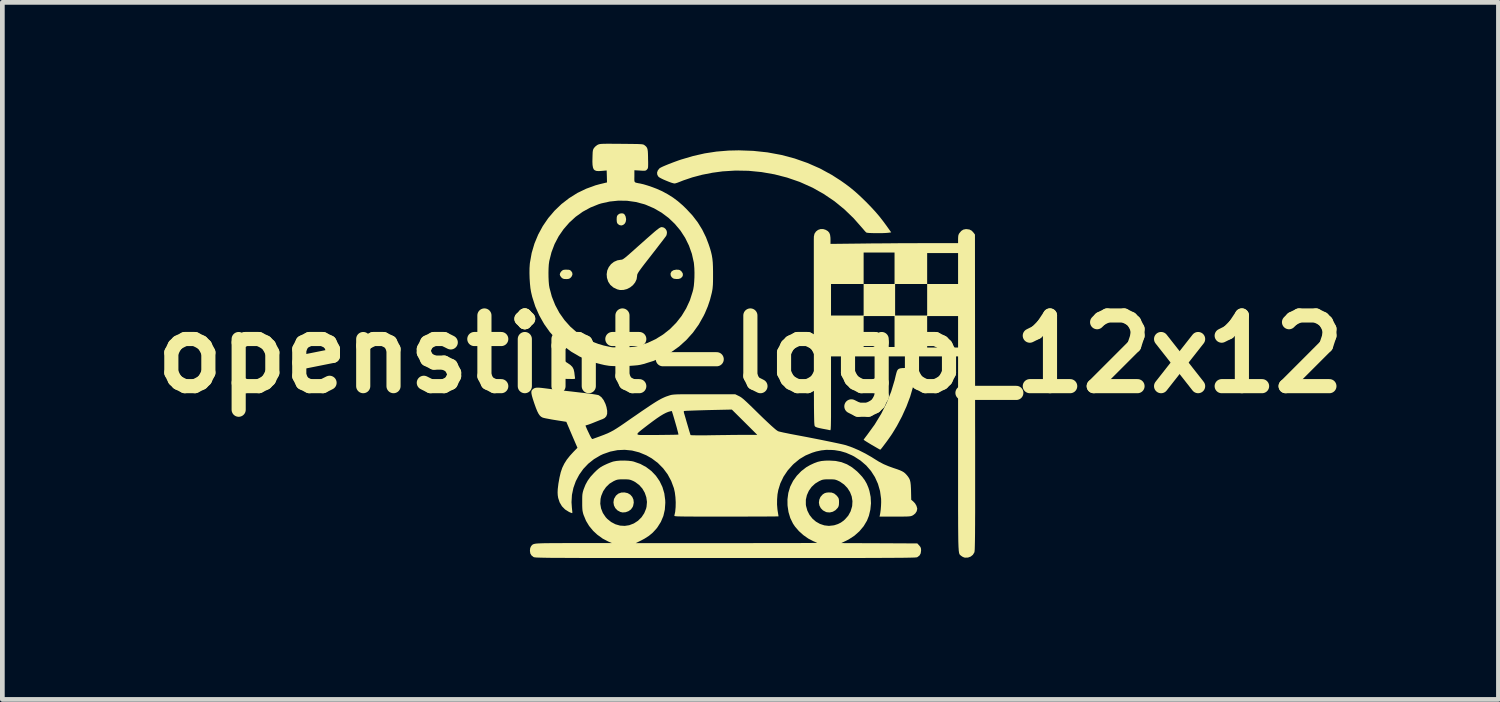
<source format=kicad_pcb>
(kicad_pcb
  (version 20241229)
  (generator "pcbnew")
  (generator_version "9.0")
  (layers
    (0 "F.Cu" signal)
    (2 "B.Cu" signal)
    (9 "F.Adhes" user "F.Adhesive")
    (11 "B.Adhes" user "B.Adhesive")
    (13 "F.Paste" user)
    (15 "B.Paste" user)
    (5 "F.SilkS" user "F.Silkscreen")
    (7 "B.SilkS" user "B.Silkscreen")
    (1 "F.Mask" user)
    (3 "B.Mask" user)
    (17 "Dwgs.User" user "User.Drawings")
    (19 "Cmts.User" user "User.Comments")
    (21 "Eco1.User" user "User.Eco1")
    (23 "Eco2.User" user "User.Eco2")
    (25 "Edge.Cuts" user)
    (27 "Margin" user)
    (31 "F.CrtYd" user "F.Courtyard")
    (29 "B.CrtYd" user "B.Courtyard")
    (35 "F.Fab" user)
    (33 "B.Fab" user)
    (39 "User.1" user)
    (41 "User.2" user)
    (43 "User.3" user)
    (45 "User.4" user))
  (footprint "openstint-logo_12x12"
    (layer "F.Cu")
    (at 12.871 4.465)
    (property "Reference" "openstint-logo_12x12" (at 0 0 0) (layer "F.SilkS") (effects (font (size 1.5 1.5) (thickness 0.3))))
    (attr board_only exclude_from_pos_files exclude_from_bom)
    (fp_poly (pts (xy -2.691 -2.982) (xy -2.667 -2.961) (xy -2.648 -2.924) (xy -2.638 -2.876) (xy -2.637 -2.854) (xy -2.646 -2.804) (xy -2.669 -2.766) (xy -2.702 -2.741) (xy -2.74 -2.731) (xy -2.78 -2.74) (xy -2.808 -2.76) (xy -2.825 -2.78) (xy -2.833 -2.805) (xy -2.836 -2.841) (xy -2.837 -2.86) (xy -2.835 -2.903) (xy -2.829 -2.931) (xy -2.815 -2.952) (xy -2.808 -2.96) (xy -2.769 -2.984) (xy -2.722 -2.989)) (stroke (width 0) (type solid)) (fill yes) (layer "F.SilkS"))
    (fp_poly (pts (xy -1.522 -1.791) (xy -1.495 -1.783) (xy -1.471 -1.766) (xy -1.464 -1.759) (xy -1.436 -1.718) (xy -1.431 -1.677) (xy -1.447 -1.639) (xy -1.484 -1.608) (xy -1.485 -1.608) (xy -1.521 -1.597) (xy -1.568 -1.595) (xy -1.614 -1.6) (xy -1.641 -1.609) (xy -1.673 -1.637) (xy -1.692 -1.675) (xy -1.693 -1.716) (xy -1.693 -1.717) (xy -1.672 -1.756) (xy -1.632 -1.782) (xy -1.576 -1.793) (xy -1.562 -1.793)) (stroke (width 0) (type solid)) (fill yes) (layer "F.SilkS"))
    (fp_poly (pts (xy -2.696 -0.653) (xy -2.664 -0.63) (xy -2.649 -0.612) (xy -2.641 -0.589) (xy -2.638 -0.553) (xy -2.637 -0.531) (xy -2.639 -0.487) (xy -2.644 -0.459) (xy -2.656 -0.438) (xy -2.666 -0.427) (xy -2.705 -0.403) (xy -2.746 -0.4) (xy -2.788 -0.42) (xy -2.802 -0.433) (xy -2.826 -0.462) (xy -2.835 -0.493) (xy -2.837 -0.52) (xy -2.832 -0.578) (xy -2.815 -0.618) (xy -2.786 -0.646) (xy -2.778 -0.651) (xy -2.736 -0.663)) (stroke (width 0) (type solid)) (fill yes) (layer "F.SilkS"))
    (fp_poly (pts (xy -2.603 2.948) (xy -2.547 2.981) (xy -2.506 3.028) (xy -2.481 3.085) (xy -2.474 3.149) (xy -2.487 3.216) (xy -2.498 3.243) (xy -2.534 3.294) (xy -2.586 3.331) (xy -2.647 3.353) (xy -2.71 3.358) (xy -2.759 3.347) (xy -2.82 3.314) (xy -2.866 3.266) (xy -2.895 3.208) (xy -2.905 3.143) (xy -2.895 3.077) (xy -2.889 3.062) (xy -2.852 3.001) (xy -2.802 2.959) (xy -2.74 2.936) (xy -2.671 2.933)) (stroke (width 0) (type solid)) (fill yes) (layer "F.SilkS"))
    (fp_poly (pts (xy -3.86 -1.792) (xy -3.832 -1.786) (xy -3.811 -1.772) (xy -3.803 -1.765) (xy -3.778 -1.726) (xy -3.776 -1.684) (xy -3.796 -1.643) (xy -3.809 -1.628) (xy -3.832 -1.608) (xy -3.857 -1.598) (xy -3.891 -1.594) (xy -3.909 -1.594) (xy -3.95 -1.596) (xy -3.977 -1.603) (xy -4 -1.619) (xy -4.01 -1.628) (xy -4.035 -1.662) (xy -4.044 -1.694) (xy -4.034 -1.726) (xy -4.01 -1.759) (xy -3.987 -1.779) (xy -3.965 -1.789) (xy -3.933 -1.793) (xy -3.904 -1.793)) (stroke (width 0) (type solid)) (fill yes) (layer "F.SilkS"))
    (fp_poly (pts (xy 1.723 2.936) (xy 1.778 2.956) (xy 1.826 2.995) (xy 1.846 3.018) (xy 1.865 3.044) (xy 1.876 3.07) (xy 1.88 3.102) (xy 1.881 3.14) (xy 1.879 3.189) (xy 1.873 3.223) (xy 1.859 3.252) (xy 1.852 3.262) (xy 1.806 3.31) (xy 1.749 3.343) (xy 1.685 3.358) (xy 1.621 3.353) (xy 1.602 3.347) (xy 1.54 3.314) (xy 1.494 3.267) (xy 1.465 3.211) (xy 1.454 3.15) (xy 1.462 3.088) (xy 1.487 3.029) (xy 1.533 2.977) (xy 1.543 2.97) (xy 1.576 2.949) (xy 1.613 2.938) (xy 1.657 2.933)) (stroke (width 0) (type solid)) (fill yes) (layer "F.SilkS"))
    (fp_poly (pts (xy -4.074 0.05) (xy -4.02 0.091) (xy -3.96 0.133) (xy -3.906 0.17) (xy -3.876 0.189) (xy -3.816 0.231) (xy -3.775 0.273) (xy -3.75 0.321) (xy -3.736 0.381) (xy -3.733 0.406) (xy -3.728 0.449) (xy -3.723 0.485) (xy -3.721 0.501) (xy -3.719 0.512) (xy -3.722 0.52) (xy -3.734 0.524) (xy -3.758 0.526) (xy -3.799 0.526) (xy -3.853 0.525) (xy -3.916 0.524) (xy -3.979 0.522) (xy -4.034 0.52) (xy -4.063 0.519) (xy -4.135 0.515) (xy -4.148 0.419) (xy -4.156 0.353) (xy -4.164 0.28) (xy -4.172 0.204) (xy -4.178 0.132) (xy -4.182 0.07) (xy -4.184 0.024) (xy -4.184 0.015) (xy -4.184 -0.035)) (stroke (width 0) (type solid)) (fill yes) (layer "F.SilkS"))
    (fp_poly (pts (xy 3.409 0.294) (xy 3.462 0.295) (xy 3.502 0.298) (xy 3.524 0.301) (xy 3.528 0.303) (xy 3.526 0.324) (xy 3.519 0.363) (xy 3.51 0.416) (xy 3.498 0.476) (xy 3.485 0.539) (xy 3.473 0.601) (xy 3.46 0.656) (xy 3.451 0.694) (xy 3.391 0.899) (xy 3.312 1.109) (xy 3.217 1.319) (xy 3.109 1.523) (xy 3.016 1.676) (xy 2.987 1.72) (xy 2.952 1.77) (xy 2.914 1.824) (xy 2.875 1.877) (xy 2.837 1.927) (xy 2.804 1.971) (xy 2.778 2.004) (xy 2.76 2.023) (xy 2.755 2.027) (xy 2.744 2.021) (xy 2.715 2.005) (xy 2.673 1.981) (xy 2.622 1.951) (xy 2.576 1.925) (xy 2.52 1.891) (xy 2.471 1.861) (xy 2.433 1.837) (xy 2.41 1.821) (xy 2.403 1.816) (xy 2.41 1.804) (xy 2.428 1.779) (xy 2.455 1.743) (xy 2.48 1.71) (xy 2.638 1.492) (xy 2.776 1.265) (xy 2.893 1.031) (xy 2.988 0.792) (xy 3.061 0.55) (xy 3.076 0.486) (xy 3.092 0.42) (xy 3.106 0.371) (xy 3.122 0.336) (xy 3.144 0.314) (xy 3.176 0.301) (xy 3.221 0.295) (xy 3.283 0.293) (xy 3.347 0.293)) (stroke (width 0) (type solid)) (fill yes) (layer "F.SilkS"))
    (fp_poly (pts (xy -1.833 -2.685) (xy -1.799 -2.657) (xy -1.776 -2.618) (xy -1.77 -2.583) (xy -1.774 -2.546) (xy -1.784 -2.516) (xy -1.785 -2.513) (xy -1.795 -2.499) (xy -1.818 -2.468) (xy -1.852 -2.423) (xy -1.896 -2.366) (xy -1.948 -2.299) (xy -2.006 -2.223) (xy -2.07 -2.141) (xy -2.101 -2.101) (xy -2.175 -2.006) (xy -2.236 -1.928) (xy -2.285 -1.864) (xy -2.323 -1.813) (xy -2.352 -1.773) (xy -2.373 -1.742) (xy -2.387 -1.718) (xy -2.396 -1.7) (xy -2.401 -1.685) (xy -2.403 -1.672) (xy -2.403 -1.663) (xy -2.414 -1.59) (xy -2.445 -1.523) (xy -2.492 -1.464) (xy -2.551 -1.417) (xy -2.619 -1.382) (xy -2.693 -1.363) (xy -2.768 -1.362) (xy -2.826 -1.376) (xy -2.908 -1.416) (xy -2.972 -1.471) (xy -3.017 -1.539) (xy -3.043 -1.621) (xy -3.049 -1.696) (xy -3.037 -1.775) (xy -3.005 -1.847) (xy -2.957 -1.91) (xy -2.895 -1.959) (xy -2.823 -1.991) (xy -2.745 -2.004) (xy -2.738 -2.004) (xy -2.723 -2.007) (xy -2.705 -2.015) (xy -2.681 -2.031) (xy -2.648 -2.056) (xy -2.604 -2.093) (xy -2.548 -2.142) (xy -2.497 -2.187) (xy -2.383 -2.289) (xy -2.285 -2.376) (xy -2.202 -2.45) (xy -2.132 -2.511) (xy -2.075 -2.561) (xy -2.028 -2.602) (xy -1.99 -2.633) (xy -1.96 -2.656) (xy -1.937 -2.673) (xy -1.919 -2.684) (xy -1.904 -2.691) (xy -1.892 -2.695) (xy -1.882 -2.696) (xy -1.874 -2.696)) (stroke (width 0) (type solid)) (fill yes) (layer "F.SilkS"))
    (fp_poly (pts (xy 0.062 -4.314) (xy 0.363 -4.282) (xy 0.655 -4.228) (xy 0.938 -4.153) (xy 1.212 -4.057) (xy 1.476 -3.941) (xy 1.729 -3.803) (xy 1.916 -3.683) (xy 2.025 -3.606) (xy 2.124 -3.531) (xy 2.218 -3.453) (xy 2.314 -3.367) (xy 2.416 -3.269) (xy 2.456 -3.23) (xy 2.561 -3.122) (xy 2.653 -3.022) (xy 2.736 -2.925) (xy 2.815 -2.824) (xy 2.897 -2.713) (xy 2.905 -2.701) (xy 2.988 -2.585) (xy 2.933 -2.577) (xy 2.891 -2.573) (xy 2.836 -2.57) (xy 2.772 -2.568) (xy 2.705 -2.568) (xy 2.637 -2.568) (xy 2.575 -2.57) (xy 2.521 -2.572) (xy 2.482 -2.576) (xy 2.46 -2.581) (xy 2.459 -2.582) (xy 2.443 -2.597) (xy 2.417 -2.626) (xy 2.387 -2.662) (xy 2.377 -2.673) (xy 2.192 -2.883) (xy 1.993 -3.075) (xy 1.782 -3.247) (xy 1.557 -3.399) (xy 1.321 -3.532) (xy 1.072 -3.644) (xy 1.041 -3.657) (xy 0.78 -3.747) (xy 0.511 -3.816) (xy 0.237 -3.864) (xy -0.039 -3.891) (xy -0.316 -3.896) (xy -0.59 -3.879) (xy -0.804 -3.85) (xy -1.023 -3.807) (xy -1.231 -3.752) (xy -1.423 -3.687) (xy -1.509 -3.653) (xy -1.551 -3.637) (xy -1.587 -3.626) (xy -1.609 -3.622) (xy -1.637 -3.627) (xy -1.681 -3.64) (xy -1.734 -3.66) (xy -1.791 -3.683) (xy -1.847 -3.707) (xy -1.896 -3.731) (xy -1.933 -3.752) (xy -1.949 -3.764) (xy -1.974 -3.804) (xy -1.98 -3.85) (xy -1.965 -3.897) (xy -1.932 -3.939) (xy -1.923 -3.947) (xy -1.899 -3.961) (xy -1.858 -3.981) (xy -1.802 -4.005) (xy -1.736 -4.032) (xy -1.664 -4.06) (xy -1.589 -4.088) (xy -1.517 -4.114) (xy -1.469 -4.13) (xy -1.215 -4.205) (xy -0.967 -4.261) (xy -0.719 -4.299) (xy -0.464 -4.32) (xy -0.246 -4.325)) (stroke (width 0) (type solid)) (fill yes) (layer "F.SilkS"))
    (fp_poly (pts (xy 1.549 -2.654) (xy 1.599 -2.638) (xy 1.644 -2.611) (xy 1.674 -2.577) (xy 1.691 -2.533) (xy 1.699 -2.473) (xy 1.7 -2.438) (xy 1.7 -2.34) (xy 2.412 -2.348) (xy 2.566 -2.35) (xy 2.734 -2.351) (xy 2.912 -2.352) (xy 3.094 -2.354) (xy 3.274 -2.355) (xy 3.448 -2.355) (xy 3.609 -2.356) (xy 3.752 -2.356) (xy 3.765 -2.356) (xy 4.407 -2.356) (xy 4.407 -2.442) (xy 4.409 -2.492) (xy 4.414 -2.527) (xy 4.426 -2.555) (xy 4.434 -2.567) (xy 4.474 -2.615) (xy 4.518 -2.643) (xy 4.571 -2.654) (xy 4.587 -2.654) (xy 4.649 -2.645) (xy 4.698 -2.619) (xy 4.739 -2.574) (xy 4.765 -2.538) (xy 4.768 0.809) (xy 4.768 1.142) (xy 4.768 1.452) (xy 4.769 1.741) (xy 4.769 2.009) (xy 4.769 2.256) (xy 4.769 2.484) (xy 4.769 2.694) (xy 4.769 2.885) (xy 4.769 3.06) (xy 4.769 3.218) (xy 4.769 3.361) (xy 4.768 3.489) (xy 4.768 3.604) (xy 4.767 3.705) (xy 4.767 3.794) (xy 4.766 3.872) (xy 4.765 3.94) (xy 4.764 3.997) (xy 4.763 4.046) (xy 4.762 4.086) (xy 4.761 4.119) (xy 4.76 4.146) (xy 4.758 4.166) (xy 4.757 4.182) (xy 4.755 4.193) (xy 4.753 4.202) (xy 4.752 4.206) (xy 4.721 4.257) (xy 4.675 4.294) (xy 4.618 4.315) (xy 4.557 4.317) (xy 4.538 4.314) (xy 4.501 4.298) (xy 4.47 4.277) (xy 4.462 4.27) (xy 4.455 4.264) (xy 4.448 4.258) (xy 4.443 4.252) (xy 4.437 4.243) (xy 4.433 4.231) (xy 4.428 4.215) (xy 4.425 4.193) (xy 4.421 4.166) (xy 4.419 4.131) (xy 4.416 4.088) (xy 4.414 4.036) (xy 4.412 3.973) (xy 4.411 3.899) (xy 4.41 3.812) (xy 4.409 3.713) (xy 4.408 3.598) (xy 4.408 3.468) (xy 4.407 3.322) (xy 4.407 3.158) (xy 4.407 2.976) (xy 4.407 2.774) (xy 4.407 2.551) (xy 4.407 2.307) (xy 4.407 2.116) (xy 4.407 0.047) (xy 3.059 0.047) (xy 1.711 0.047) (xy 1.711 0.833) (xy 1.711 0.988) (xy 1.711 1.121) (xy 1.711 1.234) (xy 1.711 1.329) (xy 1.71 1.406) (xy 1.709 1.469) (xy 1.708 1.517) (xy 1.706 1.554) (xy 1.705 1.58) (xy 1.702 1.598) (xy 1.7 1.608) (xy 1.696 1.613) (xy 1.692 1.614) (xy 1.691 1.613) (xy 1.672 1.609) (xy 1.635 1.601) (xy 1.586 1.592) (xy 1.532 1.582) (xy 1.465 1.568) (xy 1.418 1.556) (xy 1.387 1.544) (xy 1.371 1.532) (xy 1.368 1.528) (xy 1.365 1.523) (xy 1.363 1.516) (xy 1.36 1.506) (xy 1.359 1.491) (xy 1.357 1.47) (xy 1.355 1.443) (xy 1.354 1.408) (xy 1.353 1.365) (xy 1.352 1.312) (xy 1.351 1.248) (xy 1.35 1.172) (xy 1.349 1.083) (xy 1.349 0.981) (xy 1.348 0.863) (xy 1.348 0.729) (xy 1.348 0.579) (xy 1.347 0.41) (xy 1.347 0.222) (xy 1.347 0.013) (xy 1.347 -0.216) (xy 1.346 -0.468) (xy 1.346 -0.474) (xy 1.346 -0.481) (xy 2.403 -0.481) (xy 2.403 -0.152) (xy 2.731 -0.152) (xy 3.059 -0.152) (xy 3.059 -0.475) (xy 3.751 -0.475) (xy 3.751 -0.141) (xy 4.079 -0.141) (xy 4.407 -0.141) (xy 4.407 -0.475) (xy 4.407 -0.809) (xy 4.079 -0.809) (xy 3.751 -0.809) (xy 3.751 -0.475) (xy 3.059 -0.475) (xy 3.059 -0.481) (xy 3.059 -0.809) (xy 2.731 -0.809) (xy 2.403 -0.809) (xy 2.403 -0.481) (xy 1.346 -0.481) (xy 1.346 -0.688) (xy 1.346 -0.897) (xy 1.346 -1.098) (xy 1.346 -1.29) (xy 1.346 -1.473) (xy 1.346 -1.489) (xy 1.711 -1.489) (xy 1.711 -1.155) (xy 1.711 -0.82) (xy 2.057 -0.82) (xy 2.403 -0.82) (xy 2.403 -1.155) (xy 2.403 -1.489) (xy 2.731 -1.489) (xy 3.059 -1.489) (xy 3.071 -1.489) (xy 3.071 -1.155) (xy 3.071 -0.82) (xy 3.411 -0.82) (xy 3.751 -0.82) (xy 3.751 -1.155) (xy 3.751 -1.489) (xy 4.079 -1.489) (xy 4.407 -1.489) (xy 4.407 -1.817) (xy 4.407 -2.145) (xy 4.079 -2.145) (xy 3.751 -2.145) (xy 3.751 -1.817) (xy 3.751 -1.489) (xy 3.411 -1.489) (xy 3.071 -1.489) (xy 3.059 -1.489) (xy 3.059 -1.823) (xy 3.059 -2.157) (xy 2.731 -2.157) (xy 2.403 -2.157) (xy 2.403 -1.823) (xy 2.403 -1.489) (xy 2.057 -1.489) (xy 1.711 -1.489) (xy 1.346 -1.489) (xy 1.346 -1.645) (xy 1.346 -1.805) (xy 1.346 -1.951) (xy 1.346 -2.083) (xy 1.346 -2.199) (xy 1.346 -2.297) (xy 1.346 -2.377) (xy 1.346 -2.438) (xy 1.347 -2.477) (xy 1.347 -2.495) (xy 1.347 -2.495) (xy 1.36 -2.555) (xy 1.392 -2.603) (xy 1.436 -2.637) (xy 1.49 -2.655)) (stroke (width 0) (type solid)) (fill yes) (layer "F.SilkS"))
    (fp_poly (pts (xy -2.883 -4.464) (xy -2.775 -4.464) (xy -2.735 -4.463) (xy -2.62 -4.462) (xy -2.525 -4.461) (xy -2.449 -4.46) (xy -2.39 -4.459) (xy -2.345 -4.457) (xy -2.312 -4.455) (xy -2.288 -4.452) (xy -2.272 -4.448) (xy -2.26 -4.444) (xy -2.251 -4.438) (xy -2.25 -4.437) (xy -2.224 -4.417) (xy -2.205 -4.397) (xy -2.191 -4.374) (xy -2.182 -4.345) (xy -2.176 -4.306) (xy -2.173 -4.252) (xy -2.171 -4.179) (xy -2.171 -4.151) (xy -2.169 -4.077) (xy -2.169 -4.023) (xy -2.17 -3.985) (xy -2.172 -3.96) (xy -2.177 -3.942) (xy -2.184 -3.93) (xy -2.194 -3.919) (xy -2.194 -3.918) (xy -2.207 -3.905) (xy -2.221 -3.897) (xy -2.24 -3.893) (xy -2.27 -3.892) (xy -2.317 -3.894) (xy -2.341 -3.896) (xy -2.461 -3.903) (xy -2.461 -3.774) (xy -2.462 -3.718) (xy -2.461 -3.681) (xy -2.455 -3.657) (xy -2.439 -3.643) (xy -2.412 -3.635) (xy -2.368 -3.626) (xy -2.338 -3.621) (xy -2.265 -3.604) (xy -2.178 -3.578) (xy -2.084 -3.546) (xy -1.992 -3.511) (xy -1.908 -3.474) (xy -1.872 -3.458) (xy -1.751 -3.392) (xy -1.641 -3.323) (xy -1.538 -3.246) (xy -1.434 -3.156) (xy -1.359 -3.083) (xy -1.227 -2.941) (xy -1.116 -2.796) (xy -1.022 -2.644) (xy -0.942 -2.481) (xy -0.886 -2.334) (xy -0.857 -2.248) (xy -0.835 -2.171) (xy -0.818 -2.099) (xy -0.806 -2.026) (xy -0.798 -1.948) (xy -0.794 -1.86) (xy -0.792 -1.755) (xy -0.792 -1.7) (xy -0.792 -1.607) (xy -0.793 -1.534) (xy -0.795 -1.475) (xy -0.799 -1.427) (xy -0.803 -1.385) (xy -0.81 -1.345) (xy -0.818 -1.304) (xy -0.856 -1.155) (xy -0.903 -1.015) (xy -0.962 -0.875) (xy -0.991 -0.815) (xy -1.096 -0.628) (xy -1.219 -0.457) (xy -1.358 -0.302) (xy -1.512 -0.163) (xy -1.681 -0.042) (xy -1.864 0.061) (xy -2.059 0.144) (xy -2.265 0.208) (xy -2.335 0.225) (xy -2.39 0.234) (xy -2.464 0.241) (xy -2.55 0.247) (xy -2.643 0.252) (xy -2.738 0.254) (xy -2.83 0.254) (xy -2.913 0.252) (xy -2.982 0.248) (xy -3.007 0.245) (xy -3.093 0.231) (xy -3.191 0.208) (xy -3.292 0.182) (xy -3.386 0.152) (xy -3.434 0.135) (xy -3.624 0.05) (xy -3.802 -0.054) (xy -3.967 -0.177) (xy -4.119 -0.316) (xy -4.256 -0.471) (xy -4.376 -0.64) (xy -4.479 -0.822) (xy -4.564 -1.014) (xy -4.629 -1.217) (xy -4.653 -1.319) (xy -4.667 -1.402) (xy -4.677 -1.501) (xy -4.684 -1.609) (xy -4.687 -1.719) (xy -4.687 -1.728) (xy -4.284 -1.728) (xy -4.283 -1.634) (xy -4.279 -1.544) (xy -4.272 -1.464) (xy -4.262 -1.407) (xy -4.212 -1.22) (xy -4.141 -1.042) (xy -4.052 -0.876) (xy -3.944 -0.723) (xy -3.821 -0.585) (xy -3.681 -0.462) (xy -3.527 -0.357) (xy -3.439 -0.308) (xy -3.332 -0.258) (xy -3.224 -0.217) (xy -3.109 -0.183) (xy -2.98 -0.155) (xy -2.942 -0.148) (xy -2.921 -0.146) (xy -2.881 -0.145) (xy -2.827 -0.145) (xy -2.761 -0.145) (xy -2.696 -0.146) (xy -2.614 -0.148) (xy -2.55 -0.15) (xy -2.499 -0.154) (xy -2.455 -0.159) (xy -2.414 -0.167) (xy -2.369 -0.178) (xy -2.365 -0.179) (xy -2.182 -0.239) (xy -2.011 -0.319) (xy -1.851 -0.418) (xy -1.705 -0.534) (xy -1.574 -0.666) (xy -1.459 -0.812) (xy -1.362 -0.972) (xy -1.283 -1.143) (xy -1.225 -1.326) (xy -1.212 -1.377) (xy -1.2 -1.448) (xy -1.192 -1.535) (xy -1.187 -1.631) (xy -1.186 -1.731) (xy -1.189 -1.826) (xy -1.196 -1.911) (xy -1.2 -1.945) (xy -1.241 -2.129) (xy -1.303 -2.304) (xy -1.384 -2.469) (xy -1.484 -2.623) (xy -1.602 -2.764) (xy -1.735 -2.891) (xy -1.883 -3.002) (xy -2.044 -3.095) (xy -2.218 -3.17) (xy -2.252 -3.182) (xy -2.43 -3.229) (xy -2.614 -3.255) (xy -2.799 -3.258) (xy -2.984 -3.239) (xy -3.165 -3.199) (xy -3.219 -3.182) (xy -3.393 -3.112) (xy -3.556 -3.023) (xy -3.706 -2.916) (xy -3.842 -2.792) (xy -3.963 -2.653) (xy -4.068 -2.501) (xy -4.154 -2.337) (xy -4.22 -2.163) (xy -4.266 -1.98) (xy -4.268 -1.969) (xy -4.277 -1.903) (xy -4.282 -1.82) (xy -4.284 -1.728) (xy -4.687 -1.728) (xy -4.686 -1.823) (xy -4.68 -1.915) (xy -4.677 -1.941) (xy -4.64 -2.148) (xy -4.581 -2.348) (xy -4.502 -2.538) (xy -4.404 -2.719) (xy -4.288 -2.888) (xy -4.155 -3.044) (xy -4.008 -3.185) (xy -3.845 -3.311) (xy -3.67 -3.421) (xy -3.483 -3.511) (xy -3.286 -3.583) (xy -3.19 -3.609) (xy -3.143 -3.62) (xy -3.102 -3.63) (xy -3.073 -3.637) (xy -3.071 -3.638) (xy -3.042 -3.644) (xy -3.045 -3.771) (xy -3.049 -3.898) (xy -3.154 -3.889) (xy -3.216 -3.885) (xy -3.264 -3.888) (xy -3.3 -3.901) (xy -3.325 -3.924) (xy -3.34 -3.962) (xy -3.349 -4.016) (xy -3.352 -4.088) (xy -3.35 -4.173) (xy -3.348 -4.238) (xy -3.346 -4.285) (xy -3.342 -4.317) (xy -3.336 -4.341) (xy -3.327 -4.36) (xy -3.317 -4.376) (xy -3.287 -4.409) (xy -3.249 -4.438) (xy -3.239 -4.443) (xy -3.226 -4.449) (xy -3.212 -4.454) (xy -3.194 -4.458) (xy -3.171 -4.461) (xy -3.14 -4.463) (xy -3.098 -4.464) (xy -3.042 -4.465) (xy -2.972 -4.465)) (stroke (width 0) (type solid)) (fill yes) (layer "F.SilkS"))
    (fp_poly (pts (xy 1.808 2.265) (xy 1.933 2.291) (xy 2.049 2.336) (xy 2.158 2.401) (xy 2.264 2.487) (xy 2.297 2.52) (xy 2.37 2.598) (xy 2.425 2.671) (xy 2.469 2.748) (xy 2.505 2.834) (xy 2.526 2.901) (xy 2.552 3.029) (xy 2.559 3.163) (xy 2.546 3.298) (xy 2.515 3.428) (xy 2.474 3.532) (xy 2.404 3.649) (xy 2.314 3.757) (xy 2.208 3.851) (xy 2.087 3.93) (xy 2.034 3.957) (xy 1.928 4.008) (xy 2.735 4.011) (xy 3.542 4.015) (xy 3.582 4.058) (xy 3.606 4.088) (xy 3.618 4.115) (xy 3.622 4.151) (xy 3.622 4.165) (xy 3.614 4.225) (xy 3.589 4.271) (xy 3.544 4.305) (xy 3.539 4.308) (xy 3.534 4.309) (xy 3.525 4.311) (xy 3.51 4.312) (xy 3.49 4.314) (xy 3.463 4.315) (xy 3.43 4.316) (xy 3.388 4.317) (xy 3.337 4.318) (xy 3.278 4.319) (xy 3.208 4.32) (xy 3.128 4.32) (xy 3.036 4.321) (xy 2.932 4.322) (xy 2.815 4.322) (xy 2.684 4.323) (xy 2.54 4.323) (xy 2.38 4.324) (xy 2.205 4.324) (xy 2.013 4.324) (xy 1.804 4.324) (xy 1.577 4.325) (xy 1.332 4.325) (xy 1.067 4.325) (xy 0.783 4.325) (xy 0.477 4.325) (xy 0.151 4.325) (xy -0.198 4.325) (xy -0.53 4.325) (xy -0.895 4.325) (xy -1.238 4.325) (xy -1.558 4.325) (xy -1.857 4.325) (xy -2.136 4.325) (xy -2.395 4.325) (xy -2.635 4.325) (xy -2.857 4.325) (xy -3.061 4.324) (xy -3.249 4.324) (xy -3.42 4.324) (xy -3.576 4.324) (xy -3.717 4.323) (xy -3.845 4.323) (xy -3.959 4.322) (xy -4.061 4.322) (xy -4.151 4.321) (xy -4.23 4.321) (xy -4.299 4.32) (xy -4.359 4.319) (xy -4.41 4.318) (xy -4.453 4.317) (xy -4.488 4.316) (xy -4.517 4.315) (xy -4.541 4.314) (xy -4.559 4.312) (xy -4.573 4.311) (xy -4.583 4.309) (xy -4.591 4.307) (xy -4.596 4.306) (xy -4.601 4.304) (xy -4.602 4.303) (xy -4.645 4.269) (xy -4.669 4.228) (xy -4.677 4.174) (xy -4.677 4.166) (xy -4.672 4.117) (xy -4.657 4.081) (xy -4.652 4.074) (xy -4.643 4.062) (xy -4.634 4.051) (xy -4.623 4.042) (xy -4.61 4.034) (xy -4.593 4.028) (xy -4.569 4.022) (xy -4.538 4.018) (xy -4.497 4.015) (xy -4.445 4.013) (xy -4.38 4.011) (xy -4.3 4.01) (xy -4.204 4.009) (xy -4.091 4.009) (xy -3.958 4.008) (xy -3.803 4.008) (xy -3.748 4.008) (xy -2.936 4.008) (xy -3.015 3.975) (xy -3.135 3.912) (xy -3.249 3.829) (xy -3.336 3.748) (xy -3.421 3.645) (xy -3.487 3.536) (xy -3.536 3.417) (xy -3.537 3.417) (xy -3.549 3.378) (xy -3.557 3.344) (xy -3.563 3.309) (xy -3.566 3.267) (xy -3.568 3.212) (xy -3.568 3.173) (xy -3.185 3.173) (xy -3.168 3.273) (xy -3.13 3.369) (xy -3.071 3.457) (xy -3.037 3.494) (xy -2.954 3.561) (xy -2.863 3.609) (xy -2.765 3.637) (xy -2.666 3.643) (xy -2.571 3.629) (xy -2.472 3.591) (xy -2.384 3.534) (xy -2.31 3.461) (xy -2.252 3.374) (xy -2.212 3.276) (xy -2.203 3.237) (xy -2.194 3.135) (xy -2.208 3.035) (xy -2.241 2.939) (xy -2.292 2.851) (xy -2.36 2.775) (xy -2.443 2.713) (xy -2.482 2.692) (xy -2.519 2.676) (xy -2.55 2.665) (xy -2.581 2.659) (xy -2.62 2.656) (xy -2.674 2.655) (xy -2.69 2.655) (xy -2.749 2.655) (xy -2.791 2.658) (xy -2.823 2.663) (xy -2.853 2.672) (xy -2.888 2.688) (xy -2.898 2.692) (xy -2.988 2.747) (xy -3.063 2.82) (xy -3.123 2.907) (xy -3.164 3.006) (xy -3.179 3.07) (xy -3.185 3.173) (xy -3.568 3.173) (xy -3.568 3.141) (xy -3.568 3.07) (xy -3.567 3.016) (xy -3.564 2.975) (xy -3.558 2.94) (xy -3.55 2.907) (xy -3.538 2.869) (xy -3.537 2.866) (xy -3.499 2.77) (xy -3.452 2.684) (xy -3.393 2.602) (xy -3.316 2.518) (xy -3.311 2.513) (xy -3.26 2.463) (xy -3.218 2.427) (xy -3.177 2.397) (xy -3.132 2.371) (xy -3.094 2.352) (xy -3.038 2.326) (xy -2.979 2.302) (xy -2.927 2.283) (xy -2.907 2.277) (xy -2.842 2.265) (xy -2.762 2.258) (xy -2.675 2.257) (xy -2.59 2.261) (xy -2.514 2.27) (xy -2.474 2.279) (xy -2.335 2.328) (xy -2.21 2.396) (xy -2.099 2.48) (xy -2.004 2.58) (xy -1.926 2.693) (xy -1.866 2.818) (xy -1.826 2.953) (xy -1.807 3.097) (xy -1.805 3.153) (xy -1.815 3.298) (xy -1.846 3.433) (xy -1.899 3.558) (xy -1.972 3.674) (xy -1.998 3.707) (xy -2.071 3.786) (xy -2.151 3.853) (xy -2.244 3.913) (xy -2.315 3.951) (xy -2.432 4.009) (xy -0.505 4.009) (xy -0.294 4.009) (xy -0.09 4.009) (xy 0.106 4.008) (xy 0.293 4.008) (xy 0.471 4.008) (xy 0.637 4.008) (xy 0.79 4.007) (xy 0.929 4.007) (xy 1.054 4.007) (xy 1.162 4.006) (xy 1.253 4.006) (xy 1.325 4.005) (xy 1.377 4.005) (xy 1.408 4.005) (xy 1.417 4.004) (xy 1.405 3.998) (xy 1.377 3.985) (xy 1.339 3.969) (xy 1.336 3.968) (xy 1.23 3.913) (xy 1.126 3.84) (xy 1.03 3.754) (xy 0.948 3.659) (xy 0.904 3.594) (xy 0.847 3.477) (xy 0.809 3.35) (xy 0.789 3.215) (xy 0.788 3.189) (xy 1.177 3.189) (xy 1.181 3.219) (xy 1.209 3.32) (xy 1.255 3.411) (xy 1.317 3.489) (xy 1.391 3.553) (xy 1.476 3.601) (xy 1.569 3.632) (xy 1.666 3.643) (xy 1.766 3.632) (xy 1.785 3.628) (xy 1.858 3.604) (xy 1.92 3.573) (xy 1.98 3.53) (xy 2.008 3.504) (xy 2.076 3.427) (xy 2.126 3.336) (xy 2.157 3.234) (xy 2.16 3.219) (xy 2.166 3.118) (xy 2.15 3.018) (xy 2.114 2.925) (xy 2.059 2.839) (xy 1.988 2.765) (xy 1.902 2.705) (xy 1.882 2.695) (xy 1.844 2.677) (xy 1.814 2.666) (xy 1.784 2.659) (xy 1.747 2.656) (xy 1.696 2.655) (xy 1.671 2.655) (xy 1.612 2.655) (xy 1.57 2.658) (xy 1.537 2.663) (xy 1.507 2.672) (xy 1.473 2.688) (xy 1.462 2.692) (xy 1.374 2.746) (xy 1.299 2.816) (xy 1.24 2.899) (xy 1.199 2.991) (xy 1.177 3.088) (xy 1.177 3.189) (xy 0.788 3.189) (xy 0.787 3.079) (xy 0.805 2.944) (xy 0.843 2.816) (xy 0.849 2.802) (xy 0.907 2.687) (xy 0.986 2.578) (xy 1.08 2.481) (xy 1.186 2.399) (xy 1.268 2.352) (xy 1.354 2.312) (xy 1.43 2.284) (xy 1.505 2.267) (xy 1.587 2.259) (xy 1.67 2.257)) (stroke (width 0) (type solid)) (fill yes) (layer "F.SilkS"))
    (fp_poly (pts (xy -4.49 0.71) (xy -4.433 0.715) (xy -4.359 0.724) (xy -4.335 0.727) (xy -4.281 0.734) (xy -4.208 0.743) (xy -4.12 0.754) (xy -4.02 0.766) (xy -3.913 0.779) (xy -3.803 0.791) (xy -3.702 0.803) (xy -3.573 0.818) (xy -3.462 0.831) (xy -3.37 0.843) (xy -3.298 0.854) (xy -3.248 0.863) (xy -3.22 0.87) (xy -3.216 0.871) (xy -3.16 0.913) (xy -3.113 0.975) (xy -3.074 1.056) (xy -3.053 1.121) (xy -3.038 1.202) (xy -3.039 1.267) (xy -3.057 1.317) (xy -3.091 1.354) (xy -3.137 1.378) (xy -3.173 1.391) (xy -3.223 1.411) (xy -3.278 1.433) (xy -3.305 1.444) (xy -3.357 1.465) (xy -3.405 1.483) (xy -3.442 1.496) (xy -3.456 1.5) (xy -3.483 1.508) (xy -3.498 1.514) (xy -3.499 1.514) (xy -3.495 1.525) (xy -3.483 1.554) (xy -3.465 1.596) (xy -3.441 1.647) (xy -3.433 1.663) (xy -3.405 1.722) (xy -3.384 1.762) (xy -3.369 1.786) (xy -3.357 1.798) (xy -3.347 1.8) (xy -3.344 1.799) (xy -3.325 1.791) (xy -3.289 1.778) (xy -3.242 1.761) (xy -3.187 1.741) (xy -3.182 1.739) (xy -3.102 1.709) (xy -3.079 1.699) (xy -2.397 1.699) (xy -2.385 1.707) (xy -2.363 1.713) (xy -2.363 1.713) (xy -2.346 1.714) (xy -2.309 1.715) (xy -2.256 1.715) (xy -2.19 1.715) (xy -2.115 1.715) (xy -2.033 1.714) (xy -1.947 1.714) (xy -1.861 1.713) (xy -1.779 1.712) (xy -1.703 1.711) (xy -1.636 1.71) (xy -1.583 1.709) (xy -1.545 1.707) (xy -1.527 1.706) (xy -1.526 1.706) (xy -1.528 1.693) (xy -1.535 1.661) (xy -1.548 1.613) (xy -1.564 1.551) (xy -1.585 1.478) (xy -1.608 1.398) (xy -1.633 1.313) (xy -1.636 1.303) (xy -1.661 1.222) (xy -1.413 1.222) (xy -1.408 1.249) (xy -1.408 1.249) (xy -1.401 1.271) (xy -1.389 1.311) (xy -1.373 1.366) (xy -1.355 1.43) (xy -1.336 1.494) (xy -1.316 1.562) (xy -1.299 1.621) (xy -1.284 1.669) (xy -1.274 1.702) (xy -1.269 1.716) (xy -1.256 1.718) (xy -1.222 1.72) (xy -1.168 1.721) (xy -1.098 1.721) (xy -1.013 1.721) (xy -0.914 1.721) (xy -0.806 1.719) (xy -0.787 1.719) (xy -0.672 1.717) (xy -0.554 1.716) (xy -0.439 1.714) (xy -0.33 1.713) (xy -0.231 1.712) (xy -0.147 1.712) (xy -0.082 1.712) (xy 0.146 1.711) (xy -0.123 1.443) (xy -0.393 1.175) (xy -0.897 1.186) (xy -1.003 1.189) (xy -1.103 1.192) (xy -1.192 1.195) (xy -1.269 1.198) (xy -1.332 1.2) (xy -1.378 1.203) (xy -1.404 1.205) (xy -1.41 1.206) (xy -1.413 1.222) (xy -1.661 1.222) (xy -1.666 1.206) (xy -1.703 1.213) (xy -1.745 1.225) (xy -1.793 1.245) (xy -1.847 1.273) (xy -1.91 1.311) (xy -1.983 1.36) (xy -2.069 1.422) (xy -2.169 1.497) (xy -2.247 1.557) (xy -2.309 1.605) (xy -2.354 1.642) (xy -2.382 1.668) (xy -2.396 1.687) (xy -2.397 1.699) (xy -3.079 1.699) (xy -3.031 1.68) (xy -2.967 1.649) (xy -2.903 1.615) (xy -2.835 1.573) (xy -2.757 1.522) (xy -2.678 1.468) (xy -2.536 1.369) (xy -2.412 1.284) (xy -2.304 1.209) (xy -2.21 1.146) (xy -2.129 1.091) (xy -2.06 1.046) (xy -2 1.008) (xy -1.948 0.977) (xy -1.902 0.951) (xy -1.861 0.931) (xy -1.824 0.914) (xy -1.788 0.899) (xy -1.752 0.887) (xy -1.723 0.877) (xy -1.704 0.871) (xy -1.686 0.866) (xy -1.667 0.862) (xy -1.644 0.859) (xy -1.617 0.856) (xy -1.582 0.854) (xy -1.539 0.852) (xy -1.484 0.851) (xy -1.415 0.851) (xy -1.331 0.85) (xy -1.23 0.85) (xy -1.109 0.85) (xy -0.979 0.85) (xy -0.322 0.85) (xy -0.246 0.887) (xy -0.219 0.901) (xy -0.191 0.919) (xy -0.159 0.944) (xy -0.121 0.977) (xy -0.074 1.02) (xy -0.015 1.076) (xy 0.053 1.142) (xy 0.173 1.26) (xy 0.278 1.362) (xy 0.367 1.446) (xy 0.441 1.515) (xy 0.501 1.568) (xy 0.546 1.606) (xy 0.578 1.628) (xy 0.588 1.634) (xy 0.61 1.641) (xy 0.652 1.651) (xy 0.709 1.664) (xy 0.779 1.678) (xy 0.857 1.694) (xy 0.92 1.706) (xy 1.064 1.733) (xy 1.207 1.76) (xy 1.345 1.787) (xy 1.477 1.813) (xy 1.6 1.838) (xy 1.712 1.861) (xy 1.812 1.882) (xy 1.896 1.9) (xy 1.963 1.915) (xy 2.011 1.927) (xy 2.03 1.932) (xy 2.161 1.978) (xy 2.301 2.038) (xy 2.44 2.108) (xy 2.573 2.184) (xy 2.631 2.221) (xy 2.73 2.282) (xy 2.827 2.333) (xy 2.931 2.377) (xy 3.036 2.415) (xy 3.114 2.441) (xy 3.173 2.463) (xy 3.217 2.483) (xy 3.252 2.503) (xy 3.28 2.525) (xy 3.306 2.551) (xy 3.31 2.556) (xy 3.343 2.595) (xy 3.367 2.631) (xy 3.385 2.67) (xy 3.396 2.717) (xy 3.403 2.775) (xy 3.407 2.849) (xy 3.409 2.901) (xy 3.413 3.089) (xy 3.453 3.122) (xy 3.494 3.165) (xy 3.524 3.217) (xy 3.539 3.269) (xy 3.54 3.283) (xy 3.529 3.333) (xy 3.499 3.379) (xy 3.453 3.416) (xy 3.442 3.422) (xy 3.426 3.429) (xy 3.409 3.435) (xy 3.388 3.439) (xy 3.359 3.442) (xy 3.321 3.444) (xy 3.27 3.445) (xy 3.203 3.446) (xy 3.117 3.446) (xy 3.066 3.446) (xy 2.74 3.446) (xy 2.747 3.42) (xy 2.757 3.365) (xy 2.766 3.295) (xy 2.772 3.218) (xy 2.775 3.142) (xy 2.774 3.076) (xy 2.773 3.063) (xy 2.751 2.903) (xy 2.707 2.751) (xy 2.643 2.609) (xy 2.56 2.479) (xy 2.458 2.361) (xy 2.338 2.258) (xy 2.202 2.17) (xy 2.153 2.145) (xy 2.031 2.092) (xy 1.912 2.057) (xy 1.787 2.036) (xy 1.723 2.032) (xy 1.609 2.03) (xy 1.504 2.041) (xy 1.396 2.064) (xy 1.31 2.091) (xy 1.171 2.149) (xy 1.045 2.224) (xy 0.928 2.32) (xy 0.902 2.344) (xy 0.792 2.467) (xy 0.704 2.598) (xy 0.636 2.74) (xy 0.592 2.883) (xy 0.575 2.977) (xy 0.567 3.082) (xy 0.566 3.19) (xy 0.574 3.291) (xy 0.579 3.326) (xy 0.587 3.374) (xy 0.593 3.412) (xy 0.597 3.436) (xy 0.598 3.44) (xy 0.586 3.441) (xy 0.553 3.442) (xy 0.5 3.443) (xy 0.427 3.443) (xy 0.338 3.444) (xy 0.234 3.445) (xy 0.116 3.445) (xy -0.015 3.445) (xy -0.156 3.446) (xy -0.305 3.446) (xy -0.463 3.446) (xy -0.511 3.446) (xy -0.697 3.446) (xy -0.861 3.446) (xy -1.004 3.446) (xy -1.129 3.446) (xy -1.235 3.445) (xy -1.324 3.445) (xy -1.399 3.444) (xy -1.46 3.443) (xy -1.508 3.442) (xy -1.545 3.441) (xy -1.572 3.439) (xy -1.592 3.437) (xy -1.604 3.435) (xy -1.611 3.432) (xy -1.613 3.429) (xy -1.613 3.426) (xy -1.595 3.344) (xy -1.586 3.247) (xy -1.584 3.141) (xy -1.59 3.034) (xy -1.603 2.931) (xy -1.623 2.842) (xy -1.68 2.689) (xy -1.756 2.548) (xy -1.851 2.421) (xy -1.963 2.308) (xy -2.092 2.211) (xy -2.209 2.145) (xy -2.359 2.083) (xy -2.512 2.044) (xy -2.666 2.029) (xy -2.82 2.036) (xy -2.974 2.067) (xy -3.125 2.12) (xy -3.181 2.146) (xy -3.318 2.227) (xy -3.439 2.323) (xy -3.545 2.435) (xy -3.633 2.559) (xy -3.704 2.694) (xy -3.755 2.837) (xy -3.786 2.986) (xy -3.795 3.14) (xy -3.787 3.257) (xy -3.782 3.305) (xy -3.778 3.344) (xy -3.778 3.367) (xy -3.779 3.372) (xy -3.791 3.37) (xy -3.818 3.36) (xy -3.848 3.347) (xy -3.931 3.295) (xy -3.998 3.227) (xy -4.047 3.144) (xy -4.078 3.05) (xy -4.087 2.992) (xy -4.09 2.932) (xy -4.087 2.863) (xy -4.077 2.779) (xy -4.073 2.747) (xy -4.05 2.618) (xy -4.024 2.507) (xy -3.991 2.41) (xy -3.948 2.322) (xy -3.895 2.238) (xy -3.829 2.155) (xy -3.755 2.074) (xy -3.669 1.986) (xy -3.737 1.828) (xy -3.767 1.759) (xy -3.799 1.684) (xy -3.829 1.614) (xy -3.853 1.556) (xy -3.855 1.553) (xy -3.905 1.435) (xy -4.138 1.398) (xy -4.212 1.386) (xy -4.28 1.373) (xy -4.339 1.362) (xy -4.384 1.352) (xy -4.41 1.344) (xy -4.412 1.343) (xy -4.442 1.326) (xy -4.469 1.3) (xy -4.495 1.263) (xy -4.522 1.21) (xy -4.55 1.141) (xy -4.582 1.052) (xy -4.589 1.031) (xy -4.616 0.949) (xy -4.634 0.887) (xy -4.644 0.84) (xy -4.647 0.805) (xy -4.643 0.778) (xy -4.631 0.758) (xy -4.612 0.74) (xy -4.611 0.739) (xy -4.588 0.724) (xy -4.563 0.715) (xy -4.532 0.71)) (stroke (width 0) (type solid)) (fill yes) (layer "F.SilkS")))
  (gr_rect
    (start -3 -3)
    (end 28.743 11.79)
    (stroke (width 0.1) (type default))
    (fill no)
    (layer "Edge.Cuts")))
</source>
